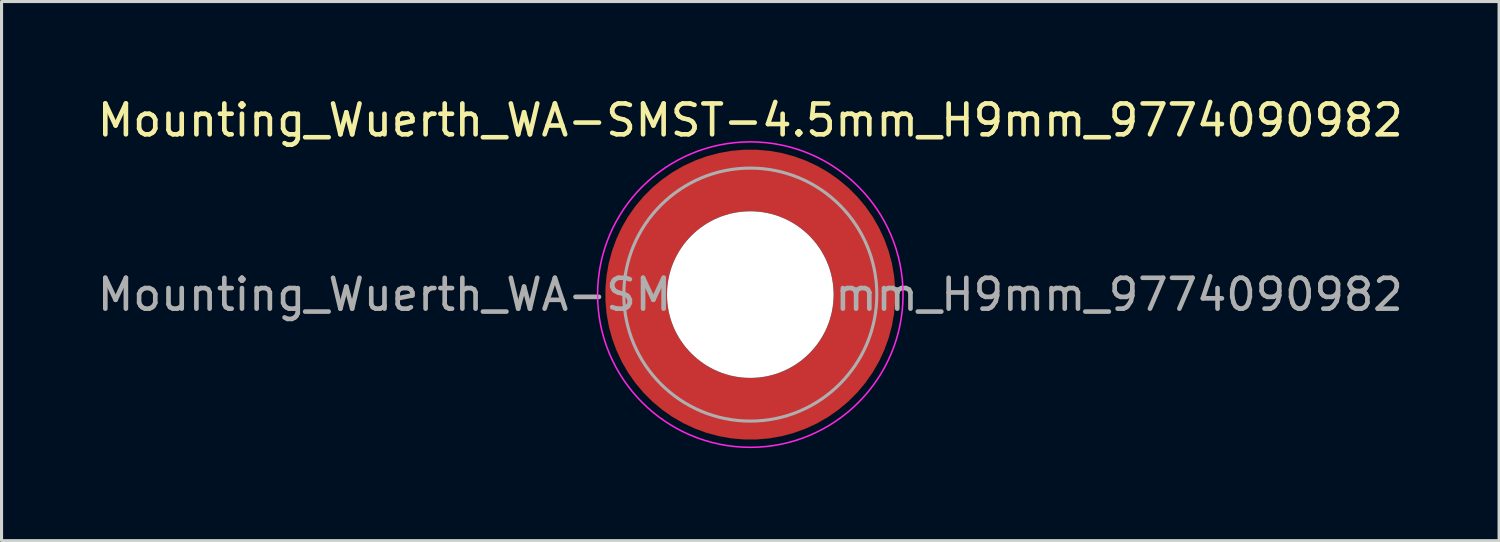
<source format=kicad_pcb>
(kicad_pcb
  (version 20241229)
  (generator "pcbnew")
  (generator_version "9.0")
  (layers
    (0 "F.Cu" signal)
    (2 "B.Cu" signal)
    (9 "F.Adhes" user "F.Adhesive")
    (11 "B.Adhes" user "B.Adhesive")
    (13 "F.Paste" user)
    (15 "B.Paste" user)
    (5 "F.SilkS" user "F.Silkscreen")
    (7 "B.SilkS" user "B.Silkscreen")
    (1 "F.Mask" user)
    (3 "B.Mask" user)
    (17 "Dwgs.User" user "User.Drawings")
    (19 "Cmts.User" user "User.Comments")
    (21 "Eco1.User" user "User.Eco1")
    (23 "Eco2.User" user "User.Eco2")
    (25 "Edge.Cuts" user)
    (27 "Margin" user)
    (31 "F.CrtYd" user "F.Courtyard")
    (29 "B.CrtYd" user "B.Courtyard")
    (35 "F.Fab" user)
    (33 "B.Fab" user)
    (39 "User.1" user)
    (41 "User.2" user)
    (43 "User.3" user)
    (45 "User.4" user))
  (footprint "Mounting_Wuerth_WA-SMST-4.5mm_H9mm_9774090982"
    (layer "F.Cu")
    (at 21.268 6.498)
    (property "Reference" "Mounting_Wuerth_WA-SMST-4.5mm_H9mm_9774090982" (at 0 -5.65 0) (layer "F.SilkS") (effects (font (size 1 1) (thickness 0.15))))
    (attr smd)
    (fp_circle (center 0 0) (end 4.95 0) (stroke (width 0.05) (type solid)) (fill no) (layer "F.CrtYd"))
    (fp_circle (center 0 0) (end 4.1 0) (stroke (width 0.1) (type solid)) (fill no) (layer "F.Fab"))
    (fp_text user "${REFERENCE}" (at 0 0 0) (layer "F.Fab") (effects (font (size 1 1) (thickness 0.15))))
    (pad "" smd custom (at -2.607 -2.607) (size 1.495 1.495) (layers "F.Paste") (options (anchor circle)) (primitives (gr_arc (start -0.188183 2.107456) (mid 0.599273 0.599273) (end 2.107456 -0.188183) (width 0.2)) (gr_arc (start -0.289416 2.107456) (mid 0.52877 0.52877) (end 2.107456 -0.289416) (width 0.2)) (gr_arc (start -0.390547 2.107456) (mid 0.458268 0.458268) (end 2.107456 -0.390547) (width 0.2)) (gr_arc (start -0.491585 2.107456) (mid 0.387765 0.387765) (end 2.107456 -0.491585) (width 0.2)) (gr_arc (start -0.59254 2.107456) (mid 0.317262 0.317262) (end 2.107456 -0.59254) (width 0.2)) (gr_arc (start -0.693419 2.107456) (mid 0.24676 0.24676) (end 2.107456 -0.693419) (width 0.2)) (gr_arc (start -0.794229 2.107456) (mid 0.176257 0.176257) (end 2.107456 -0.794229) (width 0.2)) (gr_arc (start -0.894975 2.107456) (mid 0.105754 0.105754) (end 2.107456 -0.894975) (width 0.2)) (gr_arc (start -0.995664 2.107456) (mid 0.035251 0.035251) (end 2.107456 -0.995664) (width 0.2)) (gr_arc (start -1.0963 2.107456) (mid -0.035252 -0.035252) (end 2.107456 -1.0963) (width 0.2)) (gr_arc (start -1.196886 2.107456) (mid -0.105754 -0.105754) (end 2.107456 -1.196886) (width 0.2)) (gr_arc (start -1.297427 2.107456) (mid -0.176257 -0.176257) (end 2.107456 -1.297427) (width 0.2)) (gr_arc (start -1.397927 2.107456) (mid -0.24676 -0.24676) (end 2.107456 -1.397927) (width 0.2)) (gr_arc (start -1.498388 2.107456) (mid -0.317262 -0.317262) (end 2.107456 -1.498388) (width 0.2)) (gr_arc (start -1.598813 2.107456) (mid -0.387765 -0.387765) (end 2.107456 -1.598813) (width 0.2)) (gr_arc (start -1.699204 2.107456) (mid -0.458267 -0.458267) (end 2.107456 -1.699204) (width 0.2)) (gr_arc (start -1.799565 2.107456) (mid -0.528771 -0.528771) (end 2.107456 -1.799565) (width 0.2)) (gr_arc (start -1.899896 2.107456) (mid -0.599273 -0.599273) (end 2.107456 -1.899896) (width 0.2)) (gr_arc (start -1.899896 2.107456) (mid -0.599273 -0.599273) (end 2.107456 -1.899896) (width 0.2)) (gr_line (start 2.107 -0.188) (end 2.107 -1.9) (width 0.2)) (gr_line (start -0.188 2.107) (end -1.9 2.107) (width 0.2))))
    (pad "" smd custom (at -2.607 2.607) (size 1.495 1.495) (layers "F.Paste") (options (anchor circle)) (primitives (gr_arc (start 2.107456 0.188183) (mid 0.599273 -0.599273) (end -0.188183 -2.107456) (width 0.2)) (gr_arc (start 2.107456 0.289416) (mid 0.52877 -0.52877) (end -0.289416 -2.107456) (width 0.2)) (gr_arc (start 2.107456 0.390547) (mid 0.458268 -0.458268) (end -0.390547 -2.107456) (width 0.2)) (gr_arc (start 2.107456 0.491585) (mid 0.387765 -0.387765) (end -0.491585 -2.107456) (width 0.2)) (gr_arc (start 2.107456 0.59254) (mid 0.317262 -0.317262) (end -0.59254 -2.107456) (width 0.2)) (gr_arc (start 2.107456 0.693419) (mid 0.24676 -0.24676) (end -0.693419 -2.107456) (width 0.2)) (gr_arc (start 2.107456 0.794229) (mid 0.176257 -0.176257) (end -0.794229 -2.107456) (width 0.2)) (gr_arc (start 2.107456 0.894975) (mid 0.105754 -0.105754) (end -0.894975 -2.107456) (width 0.2)) (gr_arc (start 2.107456 0.995664) (mid 0.035251 -0.035251) (end -0.995664 -2.107456) (width 0.2)) (gr_arc (start 2.107456 1.0963) (mid -0.035252 0.035252) (end -1.0963 -2.107456) (width 0.2)) (gr_arc (start 2.107456 1.196886) (mid -0.105754 0.105754) (end -1.196886 -2.107456) (width 0.2)) (gr_arc (start 2.107456 1.297427) (mid -0.176257 0.176257) (end -1.297427 -2.107456) (width 0.2)) (gr_arc (start 2.107456 1.397927) (mid -0.24676 0.24676) (end -1.397927 -2.107456) (width 0.2)) (gr_arc (start 2.107456 1.498388) (mid -0.317262 0.317262) (end -1.498388 -2.107456) (width 0.2)) (gr_arc (start 2.107456 1.598813) (mid -0.387765 0.387765) (end -1.598813 -2.107456) (width 0.2)) (gr_arc (start 2.107456 1.699204) (mid -0.458267 0.458267) (end -1.699204 -2.107456) (width 0.2)) (gr_arc (start 2.107456 1.799565) (mid -0.528771 0.528771) (end -1.799565 -2.107456) (width 0.2)) (gr_arc (start 2.107456 1.899896) (mid -0.599273 0.599273) (end -1.899896 -2.107456) (width 0.2)) (gr_arc (start 2.107456 1.899896) (mid -0.599273 0.599273) (end -1.899896 -2.107456) (width 0.2)) (gr_line (start -0.188 -2.107) (end -1.9 -2.107) (width 0.2)) (gr_line (start 2.107 0.188) (end 2.107 1.9) (width 0.2))))
    (pad "" np_thru_hole circle (at 0 0) (size 5.4 5.4) (drill 5.4) (layers "*.Cu" "*.Mask"))
    (pad "" smd custom (at 2.607 -2.607) (size 1.495 1.495) (layers "F.Paste") (options (anchor circle)) (primitives (gr_arc (start -2.107456 -0.188183) (mid -0.599273 0.599273) (end 0.188183 2.107456) (width 0.2)) (gr_arc (start -2.107456 -0.289416) (mid -0.52877 0.52877) (end 0.289416 2.107456) (width 0.2)) (gr_arc (start -2.107456 -0.390547) (mid -0.458268 0.458268) (end 0.390547 2.107456) (width 0.2)) (gr_arc (start -2.107456 -0.491585) (mid -0.387765 0.387765) (end 0.491585 2.107456) (width 0.2)) (gr_arc (start -2.107456 -0.59254) (mid -0.317262 0.317262) (end 0.59254 2.107456) (width 0.2)) (gr_arc (start -2.107456 -0.693419) (mid -0.24676 0.24676) (end 0.693419 2.107456) (width 0.2)) (gr_arc (start -2.107456 -0.794229) (mid -0.176257 0.176257) (end 0.794229 2.107456) (width 0.2)) (gr_arc (start -2.107456 -0.894975) (mid -0.105754 0.105754) (end 0.894975 2.107456) (width 0.2)) (gr_arc (start -2.107456 -0.995664) (mid -0.035251 0.035251) (end 0.995664 2.107456) (width 0.2)) (gr_arc (start -2.107456 -1.0963) (mid 0.035252 -0.035252) (end 1.0963 2.107456) (width 0.2)) (gr_arc (start -2.107456 -1.196886) (mid 0.105754 -0.105754) (end 1.196886 2.107456) (width 0.2)) (gr_arc (start -2.107456 -1.297427) (mid 0.176257 -0.176257) (end 1.297427 2.107456) (width 0.2)) (gr_arc (start -2.107456 -1.397927) (mid 0.24676 -0.24676) (end 1.397927 2.107456) (width 0.2)) (gr_arc (start -2.107456 -1.498388) (mid 0.317262 -0.317262) (end 1.498388 2.107456) (width 0.2)) (gr_arc (start -2.107456 -1.598813) (mid 0.387765 -0.387765) (end 1.598813 2.107456) (width 0.2)) (gr_arc (start -2.107456 -1.699204) (mid 0.458267 -0.458267) (end 1.699204 2.107456) (width 0.2)) (gr_arc (start -2.107456 -1.799565) (mid 0.528771 -0.528771) (end 1.799565 2.107456) (width 0.2)) (gr_arc (start -2.107456 -1.899896) (mid 0.599273 -0.599273) (end 1.899896 2.107456) (width 0.2)) (gr_arc (start -2.107456 -1.899896) (mid 0.599273 -0.599273) (end 1.899896 2.107456) (width 0.2)) (gr_line (start 0.188 2.107) (end 1.9 2.107) (width 0.2)) (gr_line (start -2.107 -0.188) (end -2.107 -1.9) (width 0.2))))
    (pad "" smd custom (at 2.607 2.607) (size 1.495 1.495) (layers "F.Paste") (options (anchor circle)) (primitives (gr_arc (start 0.188183 -2.107456) (mid -0.599273 -0.599273) (end -2.107456 0.188183) (width 0.2)) (gr_arc (start 0.289416 -2.107456) (mid -0.52877 -0.52877) (end -2.107456 0.289416) (width 0.2)) (gr_arc (start 0.390547 -2.107456) (mid -0.458268 -0.458268) (end -2.107456 0.390547) (width 0.2)) (gr_arc (start 0.491585 -2.107456) (mid -0.387765 -0.387765) (end -2.107456 0.491585) (width 0.2)) (gr_arc (start 0.59254 -2.107456) (mid -0.317262 -0.317262) (end -2.107456 0.59254) (width 0.2)) (gr_arc (start 0.693419 -2.107456) (mid -0.24676 -0.24676) (end -2.107456 0.693419) (width 0.2)) (gr_arc (start 0.794229 -2.107456) (mid -0.176257 -0.176257) (end -2.107456 0.794229) (width 0.2)) (gr_arc (start 0.894975 -2.107456) (mid -0.105754 -0.105754) (end -2.107456 0.894975) (width 0.2)) (gr_arc (start 0.995664 -2.107456) (mid -0.035251 -0.035251) (end -2.107456 0.995664) (width 0.2)) (gr_arc (start 1.0963 -2.107456) (mid 0.035252 0.035252) (end -2.107456 1.0963) (width 0.2)) (gr_arc (start 1.196886 -2.107456) (mid 0.105754 0.105754) (end -2.107456 1.196886) (width 0.2)) (gr_arc (start 1.297427 -2.107456) (mid 0.176257 0.176257) (end -2.107456 1.297427) (width 0.2)) (gr_arc (start 1.397927 -2.107456) (mid 0.24676 0.24676) (end -2.107456 1.397927) (width 0.2)) (gr_arc (start 1.498388 -2.107456) (mid 0.317262 0.317262) (end -2.107456 1.498388) (width 0.2)) (gr_arc (start 1.598813 -2.107456) (mid 0.387765 0.387765) (end -2.107456 1.598813) (width 0.2)) (gr_arc (start 1.699204 -2.107456) (mid 0.458267 0.458267) (end -2.107456 1.699204) (width 0.2)) (gr_arc (start 1.799565 -2.107456) (mid 0.528771 0.528771) (end -2.107456 1.799565) (width 0.2)) (gr_arc (start 1.899896 -2.107456) (mid 0.599273 0.599273) (end -2.107456 1.899896) (width 0.2)) (gr_arc (start 1.899896 -2.107456) (mid 0.599273 0.599273) (end -2.107456 1.899896) (width 0.2)) (gr_line (start -2.107 0.188) (end -2.107 1.9) (width 0.2)) (gr_line (start 0.188 -2.107) (end 1.9 -2.107) (width 0.2))))
    (pad "1" smd circle (at -3.7 0) (size 1.6 1.6) (layers "F.Cu"))
    (pad "1" smd circle (at 0 -3.7) (size 1.6 1.6) (layers "F.Cu"))
    (pad "1" smd circle (at 0 3.7) (size 1.6 1.6) (layers "F.Cu"))
    (pad "1" smd custom (at 3.7 0) (size 1.6 1.6) (layers "F.Cu" "F.Mask") (options (anchor circle)) (primitives (gr_circle (center -3.7 0) (end 0 0) (width 2) (fill no)))))
  (gr_rect
    (start -3 -3)
    (end 45.536 14.473)
    (stroke (width 0.1) (type default))
    (fill no)
    (layer "Edge.Cuts")))
</source>
